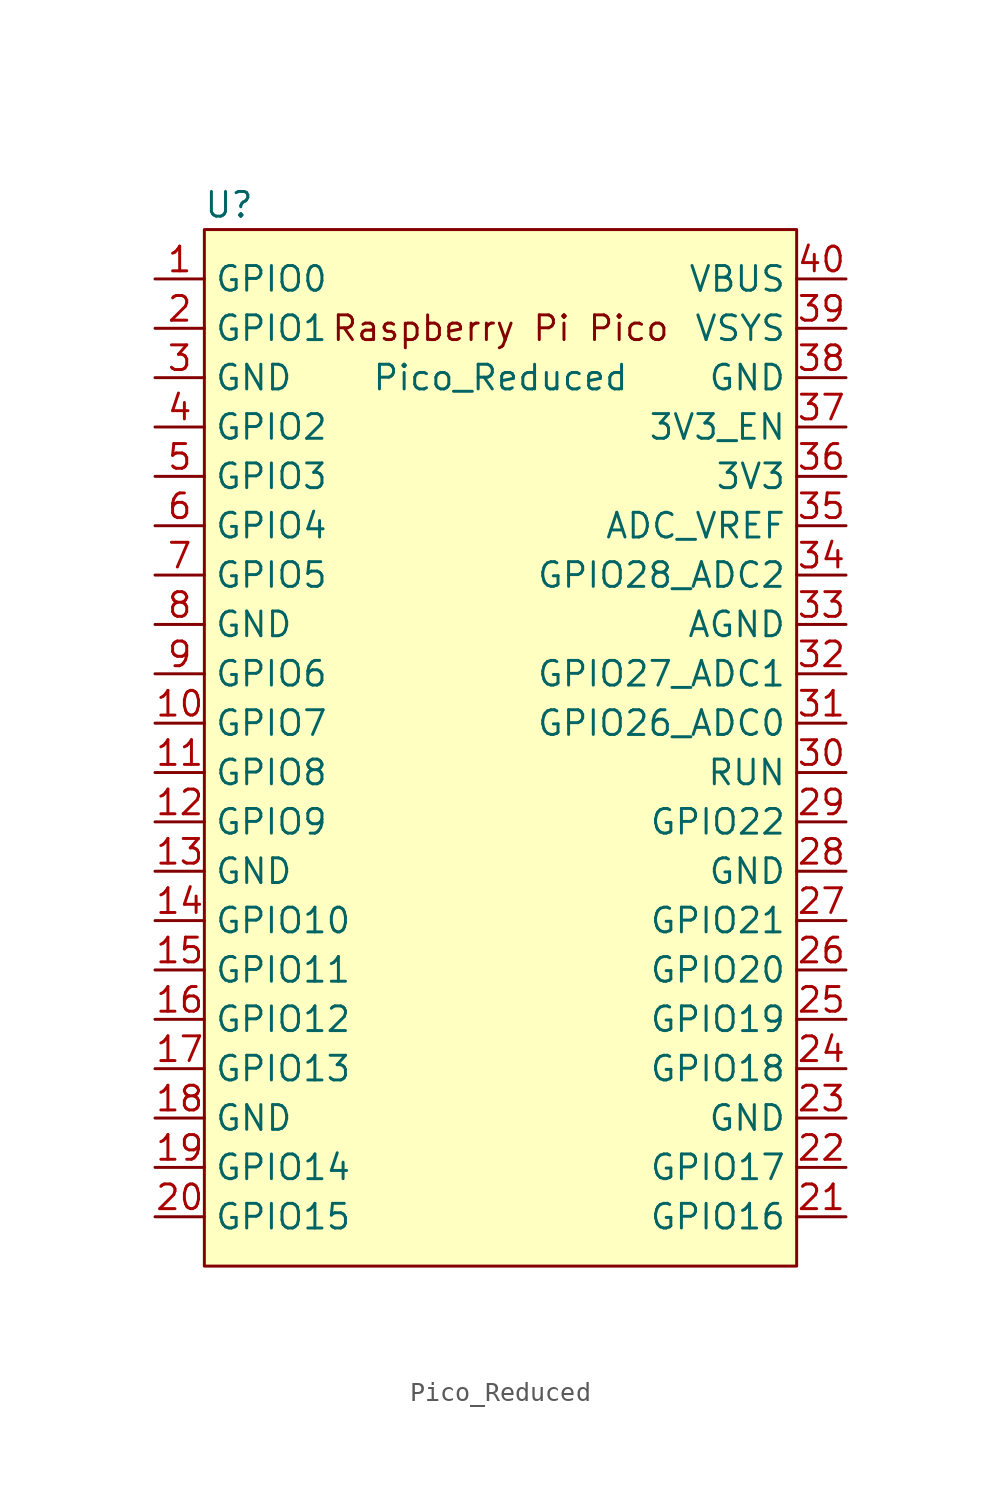
<source format=kicad_sym>
(kicad_symbol_lib
  (version 20220914)
  (generator kicad_symbol_editor)
  (symbol "Pico_Reduced"
    (property "Reference" "U"
      (at -13.97 27.94 0)
      (effects (font (size 1.27 1.27))))
    (property "Value" "Pico_Reduced"
      (at 0 19.05 0)
      (effects (font (size 1.27 1.27))))
    (symbol "Pico_Reduced_0_0"
      (text "Raspberry Pi Pico" (at 0 21.59 0) (effects (font (size 1.27 1.27)))))
    (symbol "Pico_Reduced_0_1"
      (rectangle (start -15.24 26.67) (end 15.24 -26.67) (stroke (width 0) (type default)) (fill (type background))))
    (symbol "Pico_Reduced_1_1"
      (pin bidirectional line (at -17.78 24.13 0) (length 2.54) (name "GPIO0" (effects (font (size 1.27 1.27)))) (number "1" (effects (font (size 1.27 1.27)))))
      (pin bidirectional line (at -17.78 1.27 0) (length 2.54) (name "GPIO7" (effects (font (size 1.27 1.27)))) (number "10" (effects (font (size 1.27 1.27)))))
      (pin bidirectional line (at -17.78 -1.27 0) (length 2.54) (name "GPIO8" (effects (font (size 1.27 1.27)))) (number "11" (effects (font (size 1.27 1.27)))))
      (pin bidirectional line (at -17.78 -3.81 0) (length 2.54) (name "GPIO9" (effects (font (size 1.27 1.27)))) (number "12" (effects (font (size 1.27 1.27)))))
      (pin power_in line (at -17.78 -6.35 0) (length 2.54) (name "GND" (effects (font (size 1.27 1.27)))) (number "13" (effects (font (size 1.27 1.27)))))
      (pin bidirectional line (at -17.78 -8.89 0) (length 2.54) (name "GPIO10" (effects (font (size 1.27 1.27)))) (number "14" (effects (font (size 1.27 1.27)))))
      (pin bidirectional line (at -17.78 -11.43 0) (length 2.54) (name "GPIO11" (effects (font (size 1.27 1.27)))) (number "15" (effects (font (size 1.27 1.27)))))
      (pin bidirectional line (at -17.78 -13.97 0) (length 2.54) (name "GPIO12" (effects (font (size 1.27 1.27)))) (number "16" (effects (font (size 1.27 1.27)))))
      (pin bidirectional line (at -17.78 -16.51 0) (length 2.54) (name "GPIO13" (effects (font (size 1.27 1.27)))) (number "17" (effects (font (size 1.27 1.27)))))
      (pin power_in line (at -17.78 -19.05 0) (length 2.54) (name "GND" (effects (font (size 1.27 1.27)))) (number "18" (effects (font (size 1.27 1.27)))))
      (pin bidirectional line (at -17.78 -21.59 0) (length 2.54) (name "GPIO14" (effects (font (size 1.27 1.27)))) (number "19" (effects (font (size 1.27 1.27)))))
      (pin bidirectional line (at -17.78 21.59 0) (length 2.54) (name "GPIO1" (effects (font (size 1.27 1.27)))) (number "2" (effects (font (size 1.27 1.27)))))
      (pin bidirectional line (at -17.78 -24.13 0) (length 2.54) (name "GPIO15" (effects (font (size 1.27 1.27)))) (number "20" (effects (font (size 1.27 1.27)))))
      (pin bidirectional line (at 17.78 -24.13 180) (length 2.54) (name "GPIO16" (effects (font (size 1.27 1.27)))) (number "21" (effects (font (size 1.27 1.27)))))
      (pin bidirectional line (at 17.78 -21.59 180) (length 2.54) (name "GPIO17" (effects (font (size 1.27 1.27)))) (number "22" (effects (font (size 1.27 1.27)))))
      (pin power_in line (at 17.78 -19.05 180) (length 2.54) (name "GND" (effects (font (size 1.27 1.27)))) (number "23" (effects (font (size 1.27 1.27)))))
      (pin bidirectional line (at 17.78 -16.51 180) (length 2.54) (name "GPIO18" (effects (font (size 1.27 1.27)))) (number "24" (effects (font (size 1.27 1.27)))))
      (pin bidirectional line (at 17.78 -13.97 180) (length 2.54) (name "GPIO19" (effects (font (size 1.27 1.27)))) (number "25" (effects (font (size 1.27 1.27)))))
      (pin bidirectional line (at 17.78 -11.43 180) (length 2.54) (name "GPIO20" (effects (font (size 1.27 1.27)))) (number "26" (effects (font (size 1.27 1.27)))))
      (pin bidirectional line (at 17.78 -8.89 180) (length 2.54) (name "GPIO21" (effects (font (size 1.27 1.27)))) (number "27" (effects (font (size 1.27 1.27)))))
      (pin power_in line (at 17.78 -6.35 180) (length 2.54) (name "GND" (effects (font (size 1.27 1.27)))) (number "28" (effects (font (size 1.27 1.27)))))
      (pin bidirectional line (at 17.78 -3.81 180) (length 2.54) (name "GPIO22" (effects (font (size 1.27 1.27)))) (number "29" (effects (font (size 1.27 1.27)))))
      (pin power_in line (at -17.78 19.05 0) (length 2.54) (name "GND" (effects (font (size 1.27 1.27)))) (number "3" (effects (font (size 1.27 1.27)))))
      (pin input line (at 17.78 -1.27 180) (length 2.54) (name "RUN" (effects (font (size 1.27 1.27)))) (number "30" (effects (font (size 1.27 1.27)))))
      (pin bidirectional line (at 17.78 1.27 180) (length 2.54) (name "GPIO26_ADC0" (effects (font (size 1.27 1.27)))) (number "31" (effects (font (size 1.27 1.27)))))
      (pin bidirectional line (at 17.78 3.81 180) (length 2.54) (name "GPIO27_ADC1" (effects (font (size 1.27 1.27)))) (number "32" (effects (font (size 1.27 1.27)))))
      (pin power_in line (at 17.78 6.35 180) (length 2.54) (name "AGND" (effects (font (size 1.27 1.27)))) (number "33" (effects (font (size 1.27 1.27)))))
      (pin bidirectional line (at 17.78 8.89 180) (length 2.54) (name "GPIO28_ADC2" (effects (font (size 1.27 1.27)))) (number "34" (effects (font (size 1.27 1.27)))))
      (pin power_in line (at 17.78 11.43 180) (length 2.54) (name "ADC_VREF" (effects (font (size 1.27 1.27)))) (number "35" (effects (font (size 1.27 1.27)))))
      (pin power_in line (at 17.78 13.97 180) (length 2.54) (name "3V3" (effects (font (size 1.27 1.27)))) (number "36" (effects (font (size 1.27 1.27)))))
      (pin input line (at 17.78 16.51 180) (length 2.54) (name "3V3_EN" (effects (font (size 1.27 1.27)))) (number "37" (effects (font (size 1.27 1.27)))))
      (pin bidirectional line (at 17.78 19.05 180) (length 2.54) (name "GND" (effects (font (size 1.27 1.27)))) (number "38" (effects (font (size 1.27 1.27)))))
      (pin power_in line (at 17.78 21.59 180) (length 2.54) (name "VSYS" (effects (font (size 1.27 1.27)))) (number "39" (effects (font (size 1.27 1.27)))))
      (pin bidirectional line (at -17.78 16.51 0) (length 2.54) (name "GPIO2" (effects (font (size 1.27 1.27)))) (number "4" (effects (font (size 1.27 1.27)))))
      (pin power_in line (at 17.78 24.13 180) (length 2.54) (name "VBUS" (effects (font (size 1.27 1.27)))) (number "40" (effects (font (size 1.27 1.27)))))
      (pin bidirectional line (at -17.78 13.97 0) (length 2.54) (name "GPIO3" (effects (font (size 1.27 1.27)))) (number "5" (effects (font (size 1.27 1.27)))))
      (pin bidirectional line (at -17.78 11.43 0) (length 2.54) (name "GPIO4" (effects (font (size 1.27 1.27)))) (number "6" (effects (font (size 1.27 1.27)))))
      (pin bidirectional line (at -17.78 8.89 0) (length 2.54) (name "GPIO5" (effects (font (size 1.27 1.27)))) (number "7" (effects (font (size 1.27 1.27)))))
      (pin power_in line (at -17.78 6.35 0) (length 2.54) (name "GND" (effects (font (size 1.27 1.27)))) (number "8" (effects (font (size 1.27 1.27)))))
      (pin bidirectional line (at -17.78 3.81 0) (length 2.54) (name "GPIO6" (effects (font (size 1.27 1.27)))) (number "9" (effects (font (size 1.27 1.27))))))))
</source>
